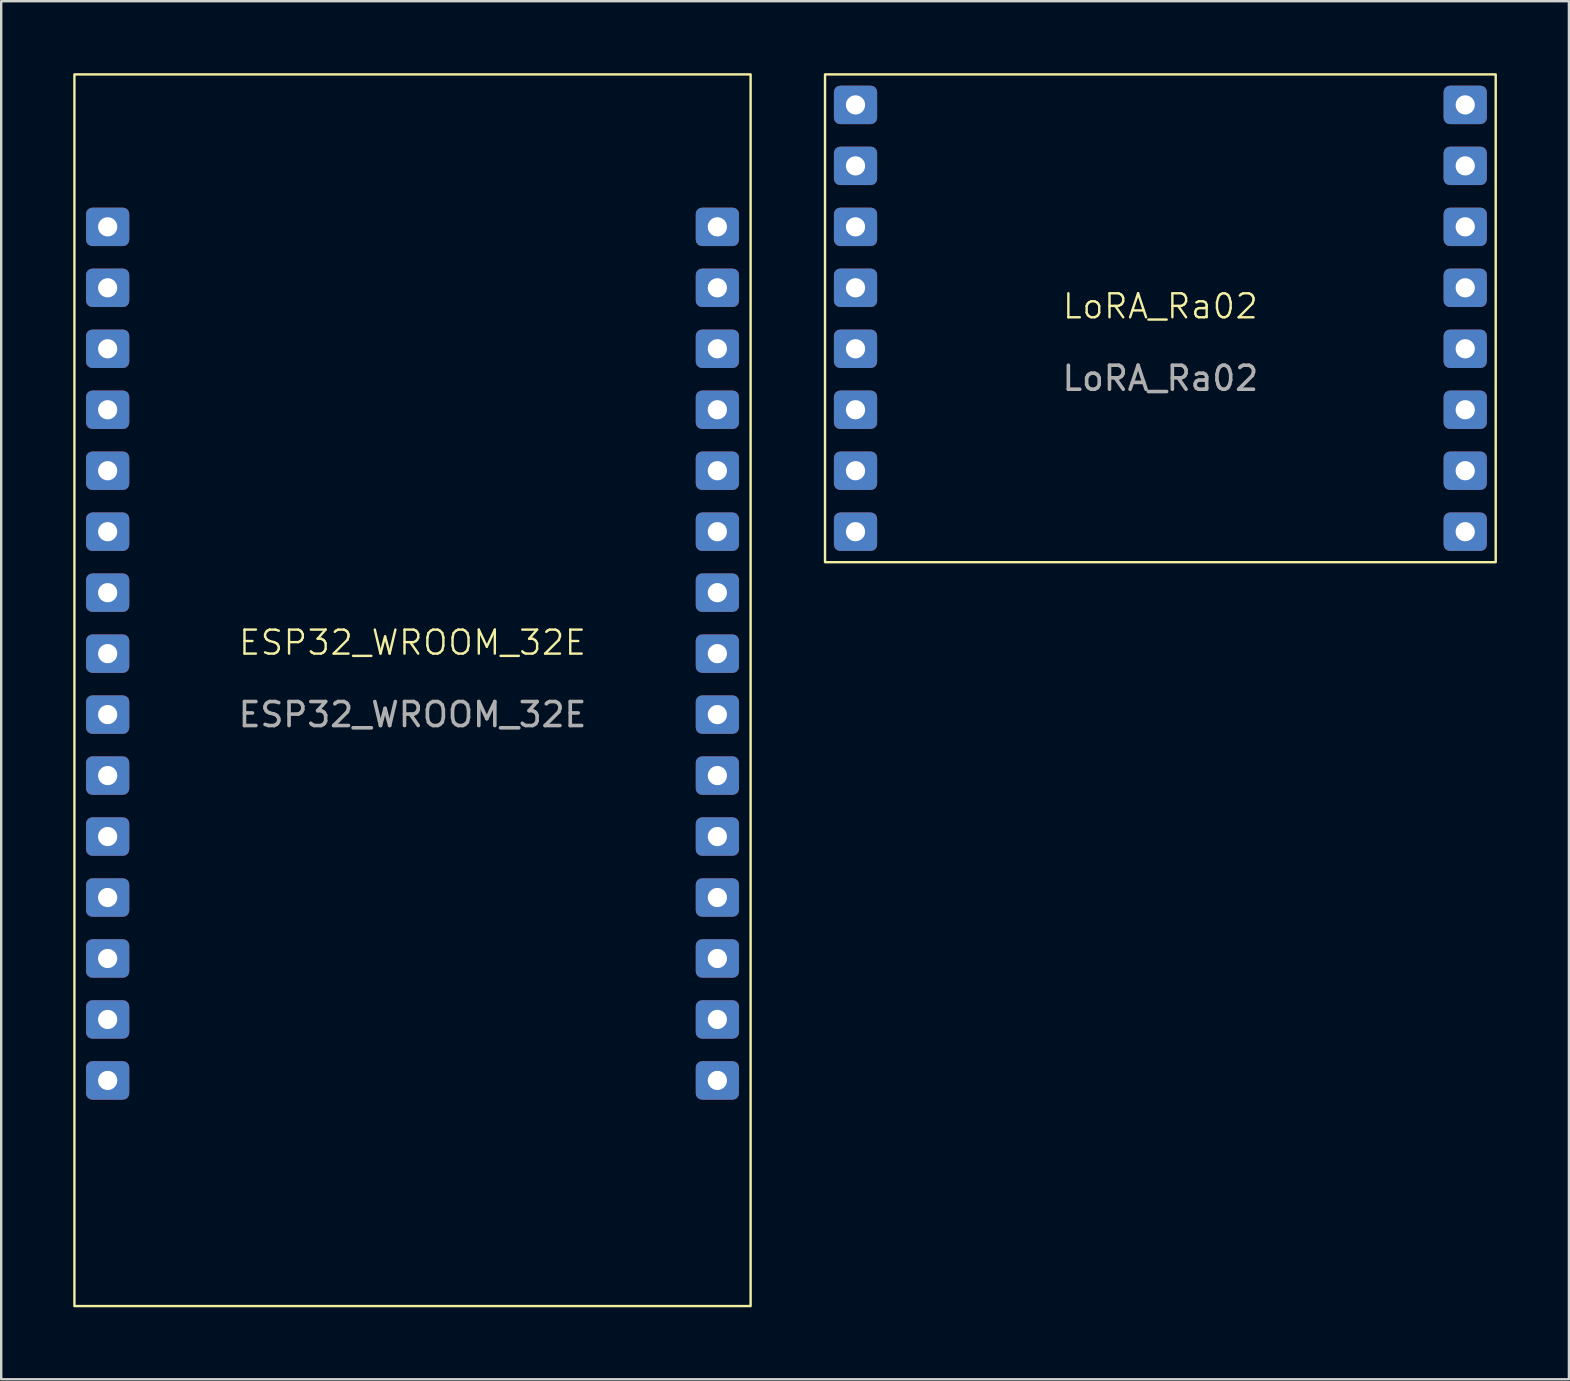
<source format=kicad_pcb>
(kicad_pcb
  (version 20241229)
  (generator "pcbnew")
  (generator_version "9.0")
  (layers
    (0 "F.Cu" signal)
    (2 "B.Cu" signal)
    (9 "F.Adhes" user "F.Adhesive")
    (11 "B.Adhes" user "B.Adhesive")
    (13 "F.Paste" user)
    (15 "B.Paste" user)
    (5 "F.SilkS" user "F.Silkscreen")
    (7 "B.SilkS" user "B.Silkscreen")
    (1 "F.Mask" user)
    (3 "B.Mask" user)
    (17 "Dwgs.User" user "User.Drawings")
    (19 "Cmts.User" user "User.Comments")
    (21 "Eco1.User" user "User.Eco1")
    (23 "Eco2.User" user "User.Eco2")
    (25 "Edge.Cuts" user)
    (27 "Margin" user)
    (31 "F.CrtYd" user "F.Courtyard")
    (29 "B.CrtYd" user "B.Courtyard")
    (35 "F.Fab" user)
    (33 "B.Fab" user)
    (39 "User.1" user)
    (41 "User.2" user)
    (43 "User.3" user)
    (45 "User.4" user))
  (footprint "LoRA_Ra02"
    (layer "F.Cu")
    (at 45.29 10.21)
    (property "Reference" "LoRA_Ra02" (at 0 -0.5 0) (unlocked yes) (layer "F.SilkS") (effects (font (size 1 1) (thickness 0.1))))
    (attr through_hole)
    (fp_rect (start -13.97 -10.16) (end 13.97 10.16) (stroke (width 0.1) (type default)) (fill no) (layer "F.SilkS"))
    (fp_text user "${REFERENCE}" (at 0 2.5 0) (unlocked yes) (layer "F.Fab") (effects (font (size 1 1) (thickness 0.15))))
    (pad "1" thru_hole roundrect (at -12.7 -8.89) (size 1.8 1.6) (drill 0.8) (layers "*.Cu" "*.Mask") (roundrect_rratio 0.164))
    (pad "2" thru_hole roundrect (at -12.7 -6.35) (size 1.8 1.6) (drill 0.8) (layers "*.Cu" "*.Mask") (roundrect_rratio 0.164))
    (pad "3" thru_hole roundrect (at -12.7 -3.81) (size 1.8 1.6) (drill 0.8) (layers "*.Cu" "*.Mask") (roundrect_rratio 0.164))
    (pad "4" thru_hole roundrect (at -12.7 -1.27) (size 1.8 1.6) (drill 0.8) (layers "*.Cu" "*.Mask") (roundrect_rratio 0.164))
    (pad "5" thru_hole roundrect (at -12.7 1.27) (size 1.8 1.6) (drill 0.8) (layers "*.Cu" "*.Mask") (roundrect_rratio 0.164))
    (pad "6" thru_hole roundrect (at -12.7 3.81) (size 1.8 1.6) (drill 0.8) (layers "*.Cu" "*.Mask") (roundrect_rratio 0.164))
    (pad "7" thru_hole roundrect (at -12.7 6.35) (size 1.8 1.6) (drill 0.8) (layers "*.Cu" "*.Mask") (roundrect_rratio 0.164))
    (pad "8" thru_hole roundrect (at -12.7 8.89) (size 1.8 1.6) (drill 0.8) (layers "*.Cu" "*.Mask") (roundrect_rratio 0.164))
    (pad "9" thru_hole roundrect (at 12.7 8.89) (size 1.8 1.6) (drill 0.8) (layers "*.Cu" "*.Mask") (roundrect_rratio 0.164))
    (pad "10" thru_hole roundrect (at 12.7 6.35) (size 1.8 1.6) (drill 0.8) (layers "*.Cu" "*.Mask") (roundrect_rratio 0.164))
    (pad "11" thru_hole roundrect (at 12.7 3.81) (size 1.8 1.6) (drill 0.8) (layers "*.Cu" "*.Mask") (roundrect_rratio 0.164))
    (pad "12" thru_hole roundrect (at 12.7 1.27) (size 1.8 1.6) (drill 0.8) (layers "*.Cu" "*.Mask") (roundrect_rratio 0.164))
    (pad "13" thru_hole roundrect (at 12.7 -1.27) (size 1.8 1.6) (drill 0.8) (layers "*.Cu" "*.Mask") (roundrect_rratio 0.164))
    (pad "14" thru_hole roundrect (at 12.7 -3.81) (size 1.8 1.6) (drill 0.8) (layers "*.Cu" "*.Mask") (roundrect_rratio 0.164))
    (pad "15" thru_hole roundrect (at 12.7 -6.35) (size 1.8 1.6) (drill 0.8) (layers "*.Cu" "*.Mask") (roundrect_rratio 0.164))
    (pad "16" thru_hole roundrect (at 12.7 -8.89) (size 1.8 1.6) (drill 0.8) (layers "*.Cu" "*.Mask") (roundrect_rratio 0.164)))
  (footprint "ESP32_WROOM_32E"
    (layer "F.Cu")
    (at 14.135 24.18)
    (property "Reference" "ESP32_WROOM_32E" (at 0 -0.46 0) (unlocked yes) (layer "F.SilkS") (effects (font (size 1 1) (thickness 0.1))))
    (attr through_hole)
    (fp_rect (start -14.085 -24.13) (end 14.085 27.18) (stroke (width 0.1) (type default)) (fill no) (layer "F.SilkS"))
    (fp_text user "${REFERENCE}" (at 0 2.54 0) (unlocked yes) (layer "F.Fab") (effects (font (size 1 1) (thickness 0.15))))
    (pad "1" thru_hole roundrect (at -12.7 -17.78) (size 1.8 1.6) (drill 0.8) (layers "*.Cu" "*.Mask") (roundrect_rratio 0.164))
    (pad "2" thru_hole roundrect (at -12.7 -15.24) (size 1.8 1.6) (drill 0.8) (layers "*.Cu" "*.Mask") (roundrect_rratio 0.164))
    (pad "3" thru_hole roundrect (at -12.7 -12.7) (size 1.8 1.6) (drill 0.8) (layers "*.Cu" "*.Mask") (roundrect_rratio 0.164))
    (pad "4" thru_hole roundrect (at -12.7 -10.16) (size 1.8 1.6) (drill 0.8) (layers "*.Cu" "*.Mask") (roundrect_rratio 0.164))
    (pad "5" thru_hole roundrect (at -12.7 -7.62) (size 1.8 1.6) (drill 0.8) (layers "*.Cu" "*.Mask") (roundrect_rratio 0.164))
    (pad "6" thru_hole roundrect (at -12.7 -5.08) (size 1.8 1.6) (drill 0.8) (layers "*.Cu" "*.Mask") (roundrect_rratio 0.164))
    (pad "7" thru_hole roundrect (at -12.7 -2.54) (size 1.8 1.6) (drill 0.8) (layers "*.Cu" "*.Mask") (roundrect_rratio 0.164))
    (pad "8" thru_hole roundrect (at -12.7 0) (size 1.8 1.6) (drill 0.8) (layers "*.Cu" "*.Mask") (roundrect_rratio 0.164))
    (pad "9" thru_hole roundrect (at -12.7 2.54) (size 1.8 1.6) (drill 0.8) (layers "*.Cu" "*.Mask") (roundrect_rratio 0.164))
    (pad "10" thru_hole roundrect (at -12.7 5.08) (size 1.8 1.6) (drill 0.8) (layers "*.Cu" "*.Mask") (roundrect_rratio 0.164))
    (pad "11" thru_hole roundrect (at -12.7 7.62) (size 1.8 1.6) (drill 0.8) (layers "*.Cu" "*.Mask") (roundrect_rratio 0.164))
    (pad "12" thru_hole roundrect (at -12.7 10.16) (size 1.8 1.6) (drill 0.8) (layers "*.Cu" "*.Mask") (roundrect_rratio 0.164))
    (pad "13" thru_hole roundrect (at -12.7 12.7) (size 1.8 1.6) (drill 0.8) (layers "*.Cu" "*.Mask") (roundrect_rratio 0.164))
    (pad "14" thru_hole roundrect (at -12.7 15.24) (size 1.8 1.6) (drill 0.8) (layers "*.Cu" "*.Mask") (roundrect_rratio 0.164))
    (pad "15" thru_hole roundrect (at -12.7 17.78) (size 1.8 1.6) (drill 0.8) (layers "*.Cu" "*.Mask") (roundrect_rratio 0.164))
    (pad "16" thru_hole roundrect (at 12.7 17.78) (size 1.8 1.6) (drill 0.8) (layers "*.Cu" "*.Mask") (roundrect_rratio 0.164))
    (pad "17" thru_hole roundrect (at 12.7 15.24) (size 1.8 1.6) (drill 0.8) (layers "*.Cu" "*.Mask") (roundrect_rratio 0.164))
    (pad "18" thru_hole roundrect (at 12.7 12.7) (size 1.8 1.6) (drill 0.8) (layers "*.Cu" "*.Mask") (roundrect_rratio 0.164))
    (pad "19" thru_hole roundrect (at 12.7 10.16) (size 1.8 1.6) (drill 0.8) (layers "*.Cu" "*.Mask") (roundrect_rratio 0.164))
    (pad "20" thru_hole roundrect (at 12.7 7.62) (size 1.8 1.6) (drill 0.8) (layers "*.Cu" "*.Mask") (roundrect_rratio 0.164))
    (pad "21" thru_hole roundrect (at 12.7 5.08) (size 1.8 1.6) (drill 0.8) (layers "*.Cu" "*.Mask") (roundrect_rratio 0.164))
    (pad "22" thru_hole roundrect (at 12.7 2.54) (size 1.8 1.6) (drill 0.8) (layers "*.Cu" "*.Mask") (roundrect_rratio 0.164))
    (pad "23" thru_hole roundrect (at 12.7 0) (size 1.8 1.6) (drill 0.8) (layers "*.Cu" "*.Mask") (roundrect_rratio 0.164))
    (pad "24" thru_hole roundrect (at 12.7 -2.54) (size 1.8 1.6) (drill 0.8) (layers "*.Cu" "*.Mask") (roundrect_rratio 0.164))
    (pad "25" thru_hole roundrect (at 12.7 -5.08) (size 1.8 1.6) (drill 0.8) (layers "*.Cu" "*.Mask") (roundrect_rratio 0.164))
    (pad "26" thru_hole roundrect (at 12.7 -7.62) (size 1.8 1.6) (drill 0.8) (layers "*.Cu" "*.Mask") (roundrect_rratio 0.164))
    (pad "27" thru_hole roundrect (at 12.7 -10.16) (size 1.8 1.6) (drill 0.8) (layers "*.Cu" "*.Mask") (roundrect_rratio 0.164))
    (pad "28" thru_hole roundrect (at 12.7 -12.7) (size 1.8 1.6) (drill 0.8) (layers "*.Cu" "*.Mask") (roundrect_rratio 0.164))
    (pad "29" thru_hole roundrect (at 12.7 -15.24) (size 1.8 1.6) (drill 0.8) (layers "*.Cu" "*.Mask") (roundrect_rratio 0.164))
    (pad "30" thru_hole roundrect (at 12.7 -17.78) (size 1.8 1.6) (drill 0.8) (layers "*.Cu" "*.Mask") (roundrect_rratio 0.164)))
  (gr_rect
    (start -3 -3)
    (end 62.31 54.41)
    (stroke (width 0.1) (type default))
    (fill no)
    (layer "Edge.Cuts")))
</source>
